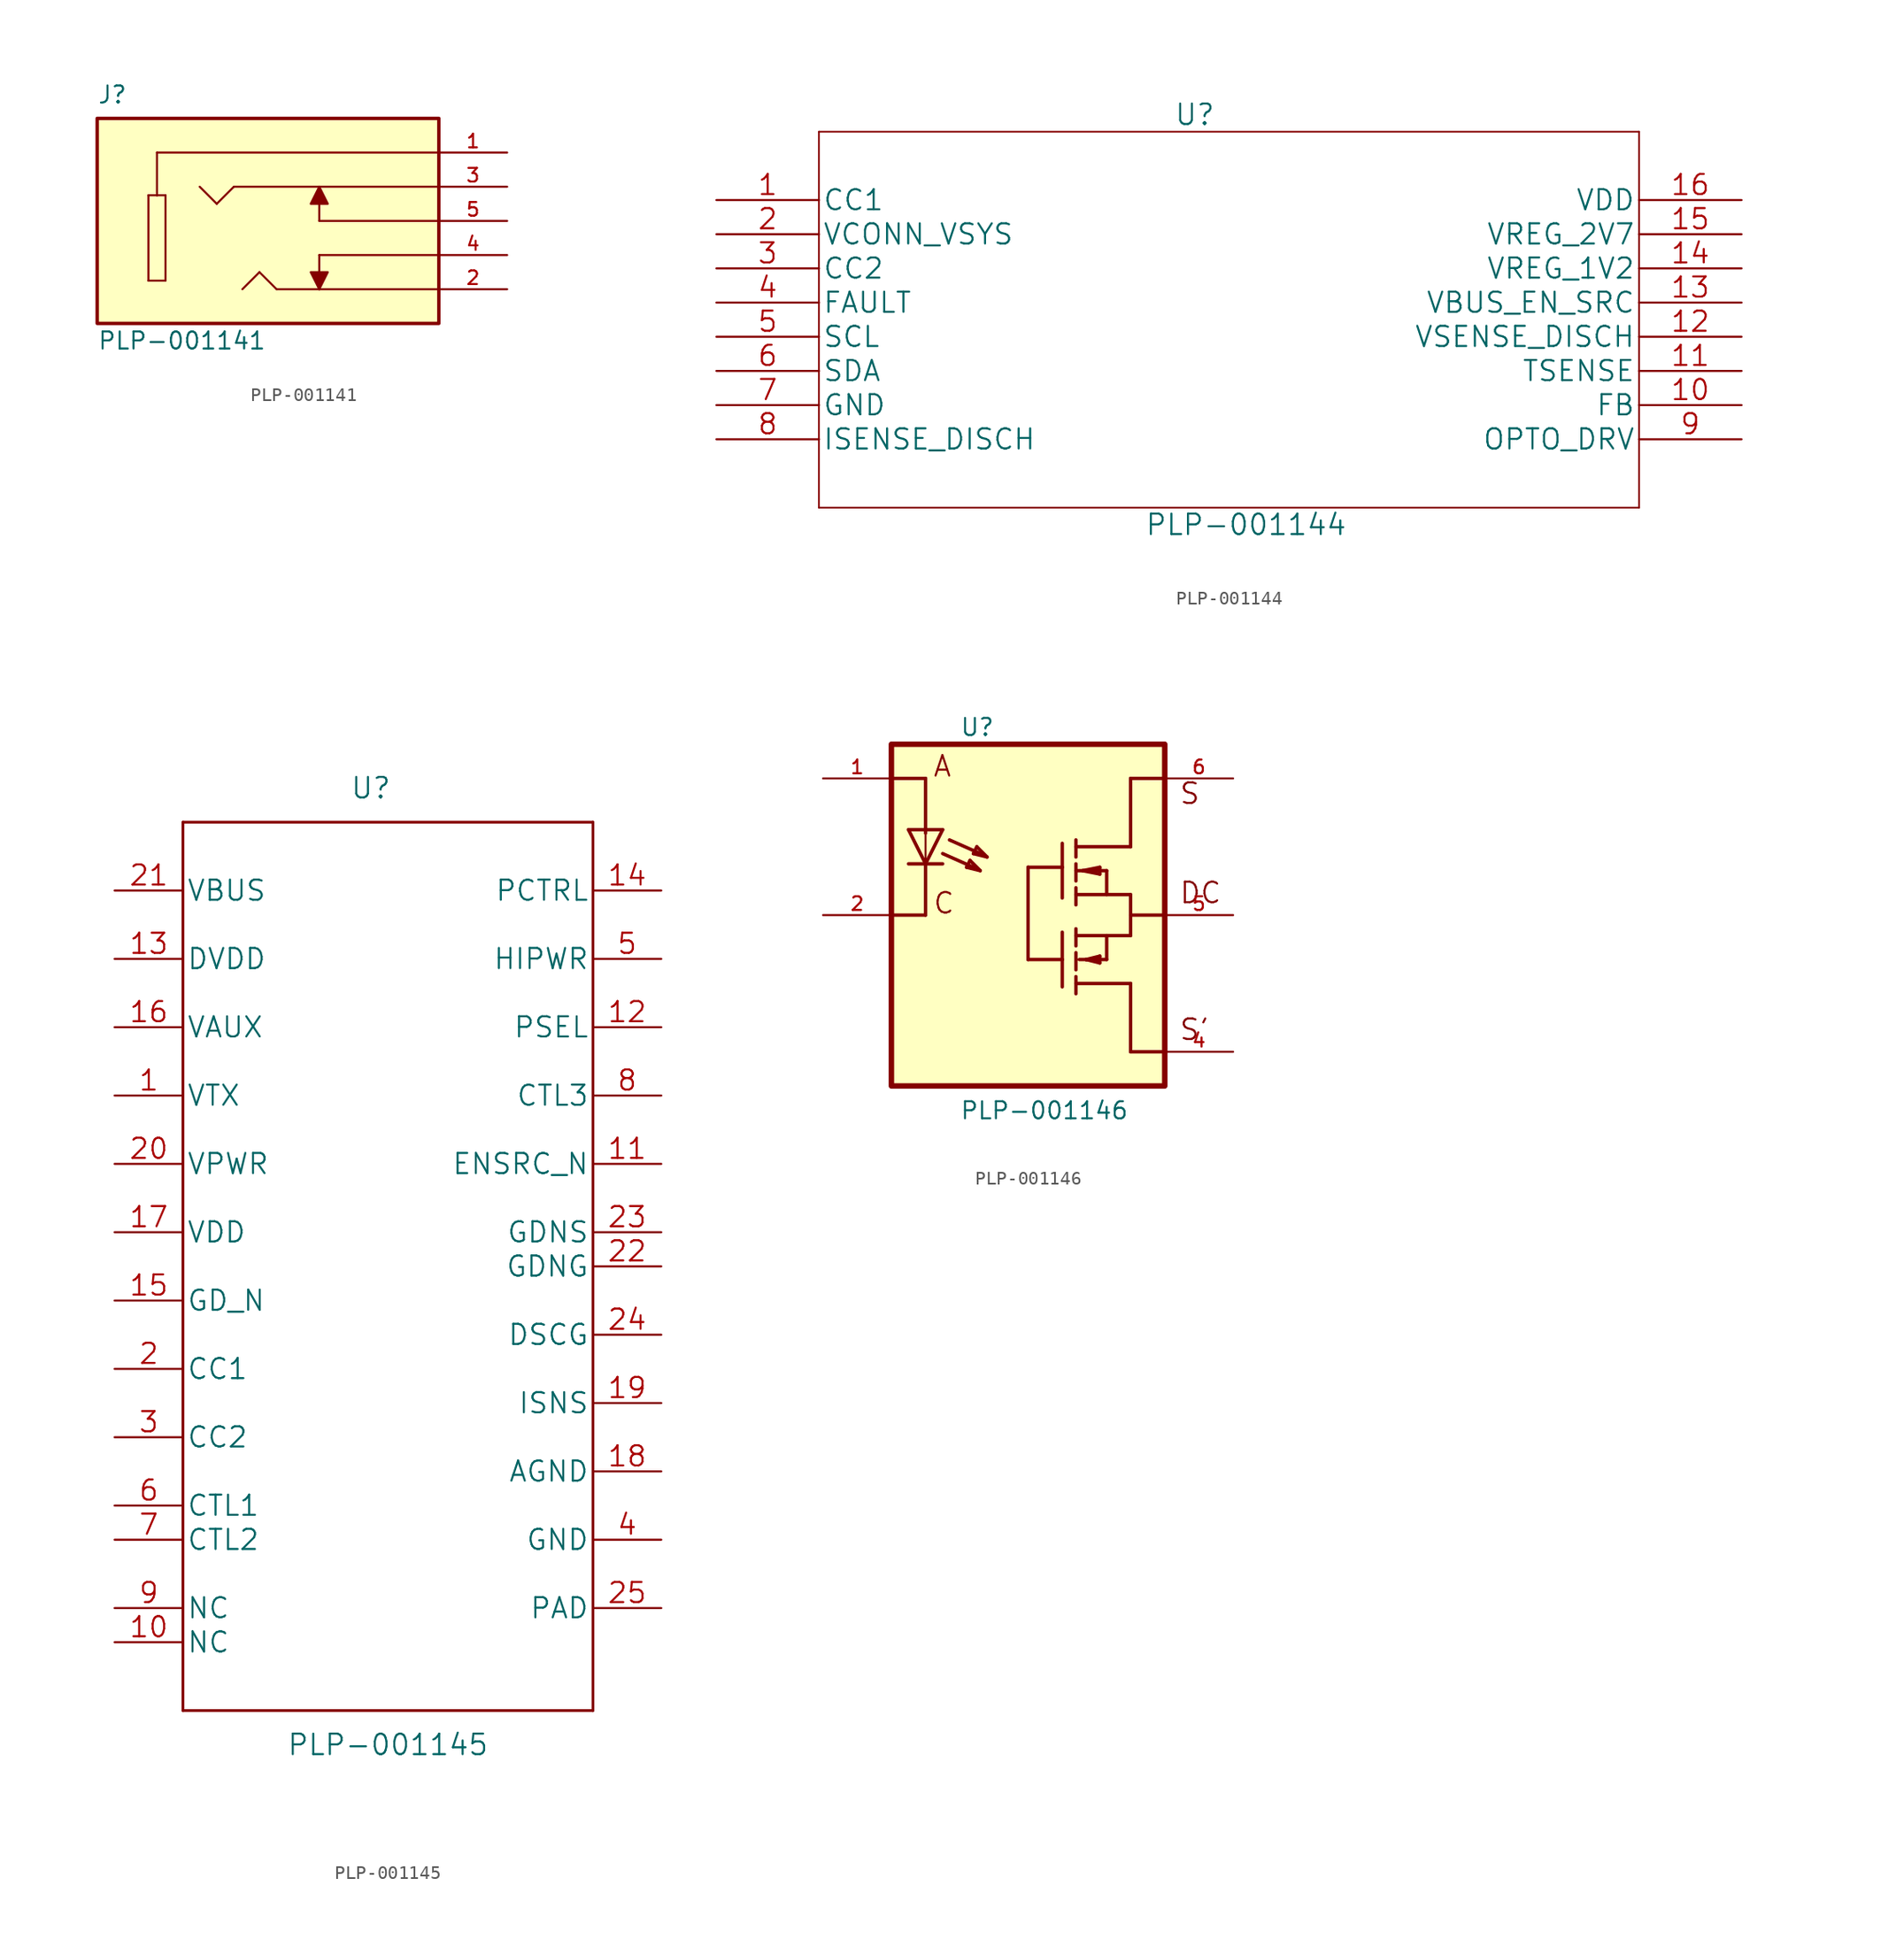
<source format=kicad_sym>
(kicad_symbol_lib
  (version 20241209)
  (generator "kicad_symbol_editor")
  (generator_version "9.0")
  (symbol "PLP-001141"
    (pin_names
      (offset 1.016))
    (property "Reference" "J"
      (at -12.7 8.636 0)
      (effects (font (size 1.27 1.27)) (justify left bottom)))
    (property "Value" "PLP-001141"
      (at -12.7 -9.652 0)
      (effects (font (size 1.27 1.27)) (justify left bottom)))
    (symbol "PLP-001141_0_0"
      (rectangle (start -12.7 -7.62) (end 12.7 7.62) (stroke (width 0.254) (type default)) (fill (type background)))
      (polyline (pts (xy -8.89 1.905) (xy -8.89 -4.445)) (stroke (width 0.152) (type default)) (fill (type none)))
      (polyline (pts (xy -8.89 -4.445) (xy -7.62 -4.445)) (stroke (width 0.152) (type default)) (fill (type none)))
      (polyline (pts (xy -8.255 5.08) (xy -8.255 1.905)) (stroke (width 0.152) (type default)) (fill (type none)))
      (polyline (pts (xy -8.255 1.905) (xy -8.89 1.905)) (stroke (width 0.152) (type default)) (fill (type none)))
      (polyline (pts (xy -7.62 1.905) (xy -8.255 1.905)) (stroke (width 0.152) (type default)) (fill (type none)))
      (polyline (pts (xy -7.62 -4.445) (xy -7.62 1.905)) (stroke (width 0.152) (type default)) (fill (type none)))
      (polyline (pts (xy -3.81 1.27) (xy -5.08 2.54)) (stroke (width 0.152) (type default)) (fill (type none)))
      (polyline (pts (xy -2.54 2.54) (xy -3.81 1.27)) (stroke (width 0.152) (type default)) (fill (type none)))
      (polyline (pts (xy -0.635 -3.81) (xy -1.905 -5.08)) (stroke (width 0.152) (type default)) (fill (type none)))
      (polyline (pts (xy 0.635 -5.08) (xy -0.635 -3.81)) (stroke (width 0.152) (type default)) (fill (type none)))
      (polyline (pts (xy 3.81 2.54) (xy -2.54 2.54)) (stroke (width 0.152) (type default)) (fill (type none)))
      (polyline (pts (xy 3.81 2.54) (xy 3.175 1.27) (xy 4.445 1.27) (xy 3.81 2.54)) (stroke (width 0.152) (type default)) (fill (type outline)))
      (polyline (pts (xy 3.81 0) (xy 3.81 2.54)) (stroke (width 0.152) (type default)) (fill (type none)))
      (polyline (pts (xy 3.81 -2.54) (xy 3.81 -5.08)) (stroke (width 0.152) (type default)) (fill (type none)))
      (polyline (pts (xy 3.81 -5.08) (xy 0.635 -5.08)) (stroke (width 0.152) (type default)) (fill (type none)))
      (polyline (pts (xy 3.81 -5.08) (xy 3.175 -3.81) (xy 4.445 -3.81) (xy 3.81 -5.08)) (stroke (width 0.152) (type default)) (fill (type outline)))
      (polyline (pts (xy 12.7 5.08) (xy -8.255 5.08)) (stroke (width 0.152) (type default)) (fill (type none)))
      (polyline (pts (xy 12.7 2.54) (xy 3.81 2.54)) (stroke (width 0.152) (type default)) (fill (type none)))
      (polyline (pts (xy 12.7 0) (xy 3.81 0)) (stroke (width 0.152) (type default)) (fill (type none)))
      (polyline (pts (xy 12.7 -2.54) (xy 3.81 -2.54)) (stroke (width 0.152) (type default)) (fill (type none)))
      (polyline (pts (xy 12.7 -5.08) (xy 3.81 -5.08)) (stroke (width 0.152) (type default)) (fill (type none)))
      (pin passive line (at 17.78 5.08 180) (length 5.08) (name "~" (effects (font (size 1.016 1.016)))) (number "1" (effects (font (size 1.016 1.016)))))
      (pin passive line (at 17.78 2.54 180) (length 5.08) (name "~" (effects (font (size 1.016 1.016)))) (number "3" (effects (font (size 1.016 1.016)))))
      (pin passive line (at 17.78 0 180) (length 5.08) (name "~" (effects (font (size 1.016 1.016)))) (number "5" (effects (font (size 1.016 1.016)))))
      (pin passive line (at 17.78 -2.54 180) (length 5.08) (name "~" (effects (font (size 1.016 1.016)))) (number "4" (effects (font (size 1.016 1.016)))))
      (pin passive line (at 17.78 -5.08 180) (length 5.08) (name "~" (effects (font (size 1.016 1.016)))) (number "2" (effects (font (size 1.016 1.016)))))))
  (symbol "PLP-001144"
    (pin_names
      (offset 0.254))
    (property "Reference" "U"
      (at 35.56 6.35 0)
      (effects (font (size 1.524 1.524))))
    (property "Value" "PLP-001144"
      (at 39.37 -24.13 0)
      (effects (font (size 1.524 1.524))))
    (property "Datasheet" ""
      (at 0 0 0)
      (effects (font (size 1.524 1.524))))
    (symbol "PLP-001144_1_1"
      (polyline (pts (xy 7.62 5.08) (xy 7.62 -22.86)) (stroke (width 0.127) (type default)) (fill (type none)))
      (polyline (pts (xy 7.62 -22.86) (xy 68.58 -22.86)) (stroke (width 0.127) (type default)) (fill (type none)))
      (polyline (pts (xy 68.58 5.08) (xy 7.62 5.08)) (stroke (width 0.127) (type default)) (fill (type none)))
      (polyline (pts (xy 68.58 -22.86) (xy 68.58 5.08)) (stroke (width 0.127) (type default)) (fill (type none)))
      (pin bidirectional line (at 0 0 0) (length 7.62) (name "CC1" (effects (font (size 1.499 1.499)))) (number "1" (effects (font (size 1.499 1.499)))))
      (pin unspecified line (at 0 -2.54 0) (length 7.62) (name "VCONN_VSYS" (effects (font (size 1.499 1.499)))) (number "2" (effects (font (size 1.499 1.499)))))
      (pin bidirectional line (at 0 -5.08 0) (length 7.62) (name "CC2" (effects (font (size 1.499 1.499)))) (number "3" (effects (font (size 1.499 1.499)))))
      (pin unspecified line (at 0 -7.62 0) (length 7.62) (name "FAULT" (effects (font (size 1.499 1.499)))) (number "4" (effects (font (size 1.499 1.499)))))
      (pin unspecified line (at 0 -10.16 0) (length 7.62) (name "SCL" (effects (font (size 1.499 1.499)))) (number "5" (effects (font (size 1.499 1.499)))))
      (pin unspecified line (at 0 -12.7 0) (length 7.62) (name "SDA" (effects (font (size 1.499 1.499)))) (number "6" (effects (font (size 1.499 1.499)))))
      (pin power_in line (at 0 -15.24 0) (length 7.62) (name "GND" (effects (font (size 1.499 1.499)))) (number "7" (effects (font (size 1.499 1.499)))))
      (pin unspecified line (at 0 -17.78 0) (length 7.62) (name "ISENSE_DISCH" (effects (font (size 1.499 1.499)))) (number "8" (effects (font (size 1.499 1.499)))))
      (pin power_in line (at 76.2 0 180) (length 7.62) (name "VDD" (effects (font (size 1.499 1.499)))) (number "16" (effects (font (size 1.499 1.499)))))
      (pin bidirectional line (at 76.2 -2.54 180) (length 7.62) (name "VREG_2V7" (effects (font (size 1.499 1.499)))) (number "15" (effects (font (size 1.499 1.499)))))
      (pin bidirectional line (at 76.2 -5.08 180) (length 7.62) (name "VREG_1V2" (effects (font (size 1.499 1.499)))) (number "14" (effects (font (size 1.499 1.499)))))
      (pin unspecified line (at 76.2 -7.62 180) (length 7.62) (name "VBUS_EN_SRC" (effects (font (size 1.499 1.499)))) (number "13" (effects (font (size 1.499 1.499)))))
      (pin unspecified line (at 76.2 -10.16 180) (length 7.62) (name "VSENSE_DISCH" (effects (font (size 1.499 1.499)))) (number "12" (effects (font (size 1.499 1.499)))))
      (pin unspecified line (at 76.2 -12.7 180) (length 7.62) (name "TSENSE" (effects (font (size 1.499 1.499)))) (number "11" (effects (font (size 1.499 1.499)))))
      (pin unspecified line (at 76.2 -15.24 180) (length 7.62) (name "FB" (effects (font (size 1.499 1.499)))) (number "10" (effects (font (size 1.499 1.499)))))
      (pin unspecified line (at 76.2 -17.78 180) (length 7.62) (name "OPTO_DRV" (effects (font (size 1.499 1.499)))) (number "9" (effects (font (size 1.499 1.499)))))))
  (symbol "PLP-001145"
    (pin_names
      (offset 0.254))
    (property "Reference" "U"
      (at -1.27 35.56 0)
      (effects (font (size 1.524 1.524))))
    (property "Value" "PLP-001145"
      (at 0 -35.56 0)
      (effects (font (size 1.524 1.524))))
    (property "Datasheet" ""
      (at 0 0 0)
      (effects (font (size 1.524 1.524))))
    (symbol "PLP-001145_1_1"
      (polyline (pts (xy -15.24 33.02) (xy -15.24 -33.02)) (stroke (width 0.203) (type default)) (fill (type none)))
      (polyline (pts (xy -15.24 -33.02) (xy 15.24 -33.02)) (stroke (width 0.203) (type default)) (fill (type none)))
      (polyline (pts (xy 15.24 33.02) (xy -15.24 33.02)) (stroke (width 0.203) (type default)) (fill (type none)))
      (polyline (pts (xy 15.24 -33.02) (xy 15.24 33.02)) (stroke (width 0.203) (type default)) (fill (type none)))
      (pin power_in line (at -20.32 27.94 0) (length 5.08) (name "VBUS" (effects (font (size 1.499 1.499)))) (number "21" (effects (font (size 1.499 1.499)))))
      (pin power_in line (at -20.32 22.86 0) (length 5.08) (name "DVDD" (effects (font (size 1.499 1.499)))) (number "13" (effects (font (size 1.499 1.499)))))
      (pin power_in line (at -20.32 17.78 0) (length 5.08) (name "VAUX" (effects (font (size 1.499 1.499)))) (number "16" (effects (font (size 1.499 1.499)))))
      (pin power_in line (at -20.32 12.7 0) (length 5.08) (name "VTX" (effects (font (size 1.499 1.499)))) (number "1" (effects (font (size 1.499 1.499)))))
      (pin power_in line (at -20.32 7.62 0) (length 5.08) (name "VPWR" (effects (font (size 1.499 1.499)))) (number "20" (effects (font (size 1.499 1.499)))))
      (pin power_in line (at -20.32 2.54 0) (length 5.08) (name "VDD" (effects (font (size 1.499 1.499)))) (number "17" (effects (font (size 1.499 1.499)))))
      (pin input line (at -20.32 -2.54 0) (length 5.08) (name "GD_N" (effects (font (size 1.499 1.499)))) (number "15" (effects (font (size 1.499 1.499)))))
      (pin unspecified line (at -20.32 -7.62 0) (length 5.08) (name "CC1" (effects (font (size 1.499 1.499)))) (number "2" (effects (font (size 1.499 1.499)))))
      (pin unspecified line (at -20.32 -12.7 0) (length 5.08) (name "CC2" (effects (font (size 1.499 1.499)))) (number "3" (effects (font (size 1.499 1.499)))))
      (pin output line (at -20.32 -17.78 0) (length 5.08) (name "CTL1" (effects (font (size 1.499 1.499)))) (number "6" (effects (font (size 1.499 1.499)))))
      (pin output line (at -20.32 -20.32 0) (length 5.08) (name "CTL2" (effects (font (size 1.499 1.499)))) (number "7" (effects (font (size 1.499 1.499)))))
      (pin unspecified line (at -20.32 -25.4 0) (length 5.08) (name "NC" (effects (font (size 1.499 1.499)))) (number "9" (effects (font (size 1.499 1.499)))))
      (pin unspecified line (at -20.32 -27.94 0) (length 5.08) (name "NC" (effects (font (size 1.499 1.499)))) (number "10" (effects (font (size 1.499 1.499)))))
      (pin input line (at 20.32 27.94 180) (length 5.08) (name "PCTRL" (effects (font (size 1.499 1.499)))) (number "14" (effects (font (size 1.499 1.499)))))
      (pin input line (at 20.32 22.86 180) (length 5.08) (name "HIPWR" (effects (font (size 1.499 1.499)))) (number "5" (effects (font (size 1.499 1.499)))))
      (pin input line (at 20.32 17.78 180) (length 5.08) (name "PSEL" (effects (font (size 1.499 1.499)))) (number "12" (effects (font (size 1.499 1.499)))))
      (pin unspecified line (at 20.32 12.7 180) (length 5.08) (name "CTL3" (effects (font (size 1.499 1.499)))) (number "8" (effects (font (size 1.499 1.499)))))
      (pin open_collector line (at 20.32 7.62 180) (length 5.08) (name "ENSRC_N" (effects (font (size 1.499 1.499)))) (number "11" (effects (font (size 1.499 1.499)))))
      (pin open_collector line (at 20.32 2.54 180) (length 5.08) (name "GDNS" (effects (font (size 1.499 1.499)))) (number "23" (effects (font (size 1.499 1.499)))))
      (pin open_collector line (at 20.32 0 180) (length 5.08) (name "GDNG" (effects (font (size 1.499 1.499)))) (number "22" (effects (font (size 1.499 1.499)))))
      (pin open_collector line (at 20.32 -5.08 180) (length 5.08) (name "DSCG" (effects (font (size 1.499 1.499)))) (number "24" (effects (font (size 1.499 1.499)))))
      (pin input line (at 20.32 -10.16 180) (length 5.08) (name "ISNS" (effects (font (size 1.499 1.499)))) (number "19" (effects (font (size 1.499 1.499)))))
      (pin power_in line (at 20.32 -15.24 180) (length 5.08) (name "AGND" (effects (font (size 1.499 1.499)))) (number "18" (effects (font (size 1.499 1.499)))))
      (pin power_in line (at 20.32 -20.32 180) (length 5.08) (name "GND" (effects (font (size 1.499 1.499)))) (number "4" (effects (font (size 1.499 1.499)))))
      (pin power_in line (at 20.32 -25.4 180) (length 5.08) (name "PAD" (effects (font (size 1.499 1.499)))) (number "25" (effects (font (size 1.499 1.499)))))))
  (symbol "PLP-001146"
    (pin_names
      (offset 1.016))
    (property "Reference" "U"
      (at -5.086 13.224 0)
      (effects (font (size 1.27 1.27)) (justify left bottom)))
    (property "Value" "PLP-001146"
      (at -5.09 -15.268 0)
      (effects (font (size 1.27 1.27)) (justify left bottom)))
    (symbol "PLP-001146_0_0"
      (polyline (pts (xy -10.16 10.16) (xy -7.62 10.16)) (stroke (width 0.254) (type default)) (fill (type none)))
      (polyline (pts (xy -10.16 0) (xy -7.62 0)) (stroke (width 0.254) (type default)) (fill (type none)))
      (rectangle (start -10.16 -12.7) (end 10.16 12.7) (stroke (width 0.406) (type default)) (fill (type background)))
      (polyline (pts (xy -7.62 10.16) (xy -7.62 6.096)) (stroke (width 0.254) (type default)) (fill (type none)))
      (polyline (pts (xy -7.62 6.35) (xy -8.89 6.35)) (stroke (width 0.254) (type default)) (fill (type none)))
      (polyline (pts (xy -7.62 6.35) (xy -7.62 6.096)) (stroke (width 0.152) (type default)) (fill (type none)))
      (polyline (pts (xy -7.62 6.096) (xy -7.62 3.81)) (stroke (width 0.152) (type default)) (fill (type none)))
      (polyline (pts (xy -7.62 3.81) (xy -8.89 6.35)) (stroke (width 0.254) (type default)) (fill (type none)))
      (polyline (pts (xy -7.62 3.81) (xy -8.89 3.81)) (stroke (width 0.254) (type default)) (fill (type none)))
      (polyline (pts (xy -7.62 0) (xy -7.62 3.81)) (stroke (width 0.254) (type default)) (fill (type none)))
      (polyline (pts (xy -6.35 6.35) (xy -7.62 6.35)) (stroke (width 0.254) (type default)) (fill (type none)))
      (polyline (pts (xy -6.35 6.35) (xy -7.62 3.81)) (stroke (width 0.254) (type default)) (fill (type none)))
      (polyline (pts (xy -6.35 3.81) (xy -7.62 3.81)) (stroke (width 0.254) (type default)) (fill (type none)))
      (polyline (pts (xy -4.572 3.556) (xy -3.556 3.302)) (stroke (width 0.254) (type default)) (fill (type none)))
      (polyline (pts (xy -4.318 4.064) (xy -4.572 3.556)) (stroke (width 0.254) (type default)) (fill (type none)))
      (polyline (pts (xy -4.064 4.572) (xy -3.048 4.318)) (stroke (width 0.254) (type default)) (fill (type none)))
      (polyline (pts (xy -4.064 3.556) (xy -6.35 4.572)) (stroke (width 0.254) (type default)) (fill (type none)))
      (polyline (pts (xy -3.81 5.08) (xy -4.064 4.572)) (stroke (width 0.254) (type default)) (fill (type none)))
      (polyline (pts (xy -3.556 4.572) (xy -5.842 5.588)) (stroke (width 0.254) (type default)) (fill (type none)))
      (polyline (pts (xy -3.556 3.302) (xy -4.318 4.064)) (stroke (width 0.254) (type default)) (fill (type none)))
      (polyline (pts (xy -3.048 4.318) (xy -3.81 5.08)) (stroke (width 0.254) (type default)) (fill (type none)))
      (polyline (pts (xy 0 3.556) (xy 2.54 3.556)) (stroke (width 0.254) (type default)) (fill (type none)))
      (polyline (pts (xy 0 -3.302) (xy 0 3.556)) (stroke (width 0.254) (type default)) (fill (type none)))
      (polyline (pts (xy 2.54 3.556) (xy 2.54 5.334)) (stroke (width 0.254) (type default)) (fill (type none)))
      (polyline (pts (xy 2.54 1.27) (xy 2.54 3.556)) (stroke (width 0.254) (type default)) (fill (type none)))
      (polyline (pts (xy 2.54 -3.302) (xy 0 -3.302)) (stroke (width 0.254) (type default)) (fill (type none)))
      (polyline (pts (xy 2.54 -3.302) (xy 2.54 -1.27)) (stroke (width 0.254) (type default)) (fill (type none)))
      (polyline (pts (xy 2.54 -5.334) (xy 2.54 -3.302)) (stroke (width 0.254) (type default)) (fill (type none)))
      (polyline (pts (xy 3.556 5.08) (xy 3.556 5.588)) (stroke (width 0.254) (type default)) (fill (type none)))
      (polyline (pts (xy 3.556 4.318) (xy 3.556 5.08)) (stroke (width 0.254) (type default)) (fill (type none)))
      (polyline (pts (xy 3.556 3.302) (xy 3.556 3.81)) (stroke (width 0.254) (type default)) (fill (type none)))
      (polyline (pts (xy 3.556 3.302) (xy 5.842 3.302)) (stroke (width 0.254) (type default)) (fill (type none)))
      (polyline (pts (xy 3.556 2.54) (xy 3.556 3.302)) (stroke (width 0.254) (type default)) (fill (type none)))
      (polyline (pts (xy 3.556 1.524) (xy 3.556 2.032)) (stroke (width 0.254) (type default)) (fill (type none)))
      (polyline (pts (xy 3.556 1.524) (xy 5.842 1.524)) (stroke (width 0.254) (type default)) (fill (type none)))
      (polyline (pts (xy 3.556 0.762) (xy 3.556 1.524)) (stroke (width 0.254) (type default)) (fill (type none)))
      (polyline (pts (xy 3.556 -1.524) (xy 3.556 -1.016)) (stroke (width 0.254) (type default)) (fill (type none)))
      (polyline (pts (xy 3.556 -1.524) (xy 5.842 -1.524)) (stroke (width 0.254) (type default)) (fill (type none)))
      (polyline (pts (xy 3.556 -2.286) (xy 3.556 -1.524)) (stroke (width 0.254) (type default)) (fill (type none)))
      (polyline (pts (xy 3.556 -4.064) (xy 3.556 -2.794)) (stroke (width 0.254) (type default)) (fill (type none)))
      (polyline (pts (xy 3.556 -5.08) (xy 3.556 -4.572)) (stroke (width 0.254) (type default)) (fill (type none)))
      (polyline (pts (xy 3.556 -5.08) (xy 7.62 -5.08)) (stroke (width 0.254) (type default)) (fill (type none)))
      (polyline (pts (xy 3.556 -5.842) (xy 3.556 -5.08)) (stroke (width 0.254) (type default)) (fill (type none)))
      (polyline (pts (xy 3.81 -3.302) (xy 4.318 -3.302)) (stroke (width 0.254) (type default)) (fill (type none)))
      (polyline (pts (xy 4.064 3.302) (xy 5.334 3.048)) (stroke (width 0.254) (type default)) (fill (type none)))
      (polyline (pts (xy 4.318 -3.302) (xy 5.334 -3.556)) (stroke (width 0.254) (type default)) (fill (type none)))
      (polyline (pts (xy 4.318 -3.302) (xy 5.842 -3.302)) (stroke (width 0.254) (type default)) (fill (type none)))
      (polyline (pts (xy 5.334 3.556) (xy 4.064 3.302)) (stroke (width 0.254) (type default)) (fill (type none)))
      (polyline (pts (xy 5.334 3.048) (xy 5.334 3.556)) (stroke (width 0.254) (type default)) (fill (type none)))
      (polyline (pts (xy 5.334 -3.048) (xy 4.318 -3.302)) (stroke (width 0.254) (type default)) (fill (type none)))
      (polyline (pts (xy 5.334 -3.556) (xy 5.334 -3.048)) (stroke (width 0.254) (type default)) (fill (type none)))
      (polyline (pts (xy 5.842 3.302) (xy 5.842 1.524)) (stroke (width 0.254) (type default)) (fill (type none)))
      (polyline (pts (xy 5.842 1.524) (xy 7.62 1.524)) (stroke (width 0.254) (type default)) (fill (type none)))
      (polyline (pts (xy 5.842 -1.524) (xy 7.62 -1.524)) (stroke (width 0.254) (type default)) (fill (type none)))
      (polyline (pts (xy 5.842 -3.302) (xy 5.842 -1.524)) (stroke (width 0.254) (type default)) (fill (type none)))
      (polyline (pts (xy 7.62 10.16) (xy 7.62 5.08)) (stroke (width 0.254) (type default)) (fill (type none)))
      (polyline (pts (xy 7.62 5.08) (xy 3.556 5.08)) (stroke (width 0.254) (type default)) (fill (type none)))
      (polyline (pts (xy 7.62 1.524) (xy 7.62 0)) (stroke (width 0.254) (type default)) (fill (type none)))
      (polyline (pts (xy 7.62 0) (xy 7.62 -1.524)) (stroke (width 0.254) (type default)) (fill (type none)))
      (polyline (pts (xy 7.62 0) (xy 10.16 0)) (stroke (width 0.254) (type default)) (fill (type none)))
      (polyline (pts (xy 7.62 -5.08) (xy 7.62 -10.16)) (stroke (width 0.254) (type default)) (fill (type none)))
      (polyline (pts (xy 7.62 -10.16) (xy 10.16 -10.16)) (stroke (width 0.254) (type default)) (fill (type none)))
      (polyline (pts (xy 10.16 10.16) (xy 7.62 10.16)) (stroke (width 0.254) (type default)) (fill (type none)))
      (text "A" (at -7.125 10.179 0) (effects (font (size 1.527 1.527)) (justify left bottom)))
      (text "C" (at -7.12 0 0) (effects (font (size 1.526 1.526)) (justify left bottom)))
      (text "S'" (at 11.18 -9.402 0) (effects (font (size 1.525 1.525)) (justify left bottom)))
      (text "DC" (at 11.193 0.763 0) (effects (font (size 1.526 1.526)) (justify left bottom)))
      (text "S" (at 11.195 8.142 0) (effects (font (size 1.527 1.527)) (justify left bottom)))
      (pin passive line (at -15.24 10.16 0) (length 5.08) (name "~" (effects (font (size 1.016 1.016)))) (number "1" (effects (font (size 1.016 1.016)))))
      (pin passive line (at -15.24 0 0) (length 5.08) (name "~" (effects (font (size 1.016 1.016)))) (number "2" (effects (font (size 1.016 1.016)))))
      (pin passive line (at 15.24 10.16 180) (length 5.08) (name "~" (effects (font (size 1.016 1.016)))) (number "6" (effects (font (size 1.016 1.016)))))
      (pin passive line (at 15.24 0 180) (length 5.08) (name "~" (effects (font (size 1.016 1.016)))) (number "5" (effects (font (size 1.016 1.016)))))
      (pin passive line (at 15.24 -10.16 180) (length 5.08) (name "~" (effects (font (size 1.016 1.016)))) (number "4" (effects (font (size 1.016 1.016))))))))
</source>
